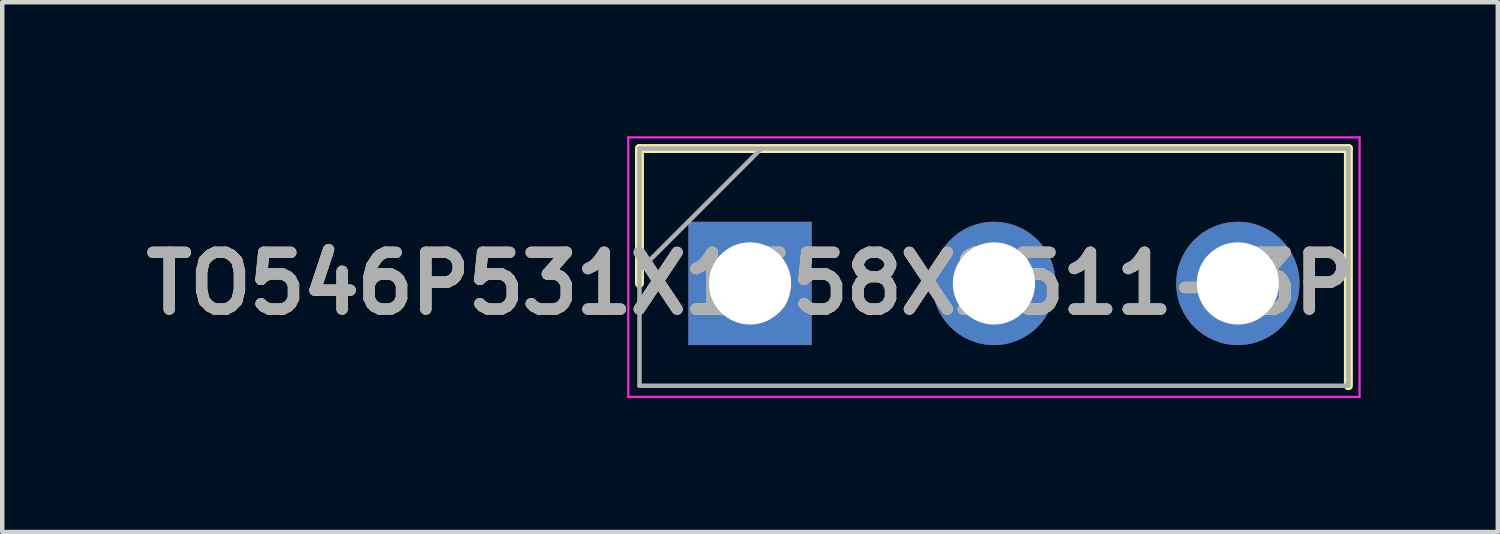
<source format=kicad_pcb>
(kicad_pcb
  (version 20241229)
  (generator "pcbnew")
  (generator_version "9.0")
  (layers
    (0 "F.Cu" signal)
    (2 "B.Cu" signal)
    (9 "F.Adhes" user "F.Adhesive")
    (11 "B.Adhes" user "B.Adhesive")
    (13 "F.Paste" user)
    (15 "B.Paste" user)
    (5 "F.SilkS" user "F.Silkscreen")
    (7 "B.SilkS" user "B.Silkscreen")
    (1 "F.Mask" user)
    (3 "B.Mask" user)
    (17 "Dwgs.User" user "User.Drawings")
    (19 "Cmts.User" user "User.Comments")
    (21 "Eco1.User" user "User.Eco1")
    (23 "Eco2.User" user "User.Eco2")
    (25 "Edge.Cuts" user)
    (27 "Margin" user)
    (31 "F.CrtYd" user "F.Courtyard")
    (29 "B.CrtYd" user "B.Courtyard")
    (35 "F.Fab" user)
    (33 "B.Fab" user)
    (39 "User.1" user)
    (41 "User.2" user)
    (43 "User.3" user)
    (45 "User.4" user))
  (footprint "TO546P531X1558X2511-3P"
    (layer "F.Cu")
    (at 13.74 3.295)
    (property "Reference" "TO546P531X1558X2511-3P" (at 0 0 0) (layer "F.SilkS") (effects (font (size 1.27 1.27) (thickness 0.254))))
    (attr through_hole)
    (fp_line (start -2.475 -3.02) (end -2.475 0) (stroke (width 0.2) (type solid)) (layer "F.SilkS"))
    (fp_line (start 13.395 -3.02) (end -2.475 -3.02) (stroke (width 0.2) (type solid)) (layer "F.SilkS"))
    (fp_line (start 13.395 2.29) (end 13.395 -3.02) (stroke (width 0.2) (type solid)) (layer "F.SilkS"))
    (fp_line (start -2.725 -3.27) (end 13.645 -3.27) (stroke (width 0.05) (type solid)) (layer "F.CrtYd"))
    (fp_line (start -2.725 2.54) (end -2.725 -3.27) (stroke (width 0.05) (type solid)) (layer "F.CrtYd"))
    (fp_line (start 13.645 -3.27) (end 13.645 2.54) (stroke (width 0.05) (type solid)) (layer "F.CrtYd"))
    (fp_line (start 13.645 2.54) (end -2.725 2.54) (stroke (width 0.05) (type solid)) (layer "F.CrtYd"))
    (fp_line (start -2.475 -3.02) (end 13.395 -3.02) (stroke (width 0.1) (type solid)) (layer "F.Fab"))
    (fp_line (start -2.475 -0.29) (end 0.255 -3.02) (stroke (width 0.1) (type solid)) (layer "F.Fab"))
    (fp_line (start -2.475 2.29) (end -2.475 -3.02) (stroke (width 0.1) (type solid)) (layer "F.Fab"))
    (fp_line (start 13.395 -3.02) (end 13.395 2.29) (stroke (width 0.1) (type solid)) (layer "F.Fab"))
    (fp_line (start 13.395 2.29) (end -2.475 2.29) (stroke (width 0.1) (type solid)) (layer "F.Fab"))
    (fp_text user "${REFERENCE}" (at 0 0 0) (layer "F.Fab") (effects (font (size 1.27 1.27) (thickness 0.254))))
    (pad "1" thru_hole rect (at 0 0) (size 2.76 2.76) (drill 1.84) (layers "*.Cu" "*.Mask"))
    (pad "2" thru_hole circle (at 5.46 0) (size 2.76 2.76) (drill 1.84) (layers "*.Cu" "*.Mask"))
    (pad "3" thru_hole circle (at 10.92 0) (size 2.76 2.76) (drill 1.84) (layers "*.Cu" "*.Mask")))
  (gr_rect
    (start -3 -3)
    (end 30.48 8.86)
    (stroke (width 0.1) (type default))
    (fill no)
    (layer "Edge.Cuts")))
</source>
